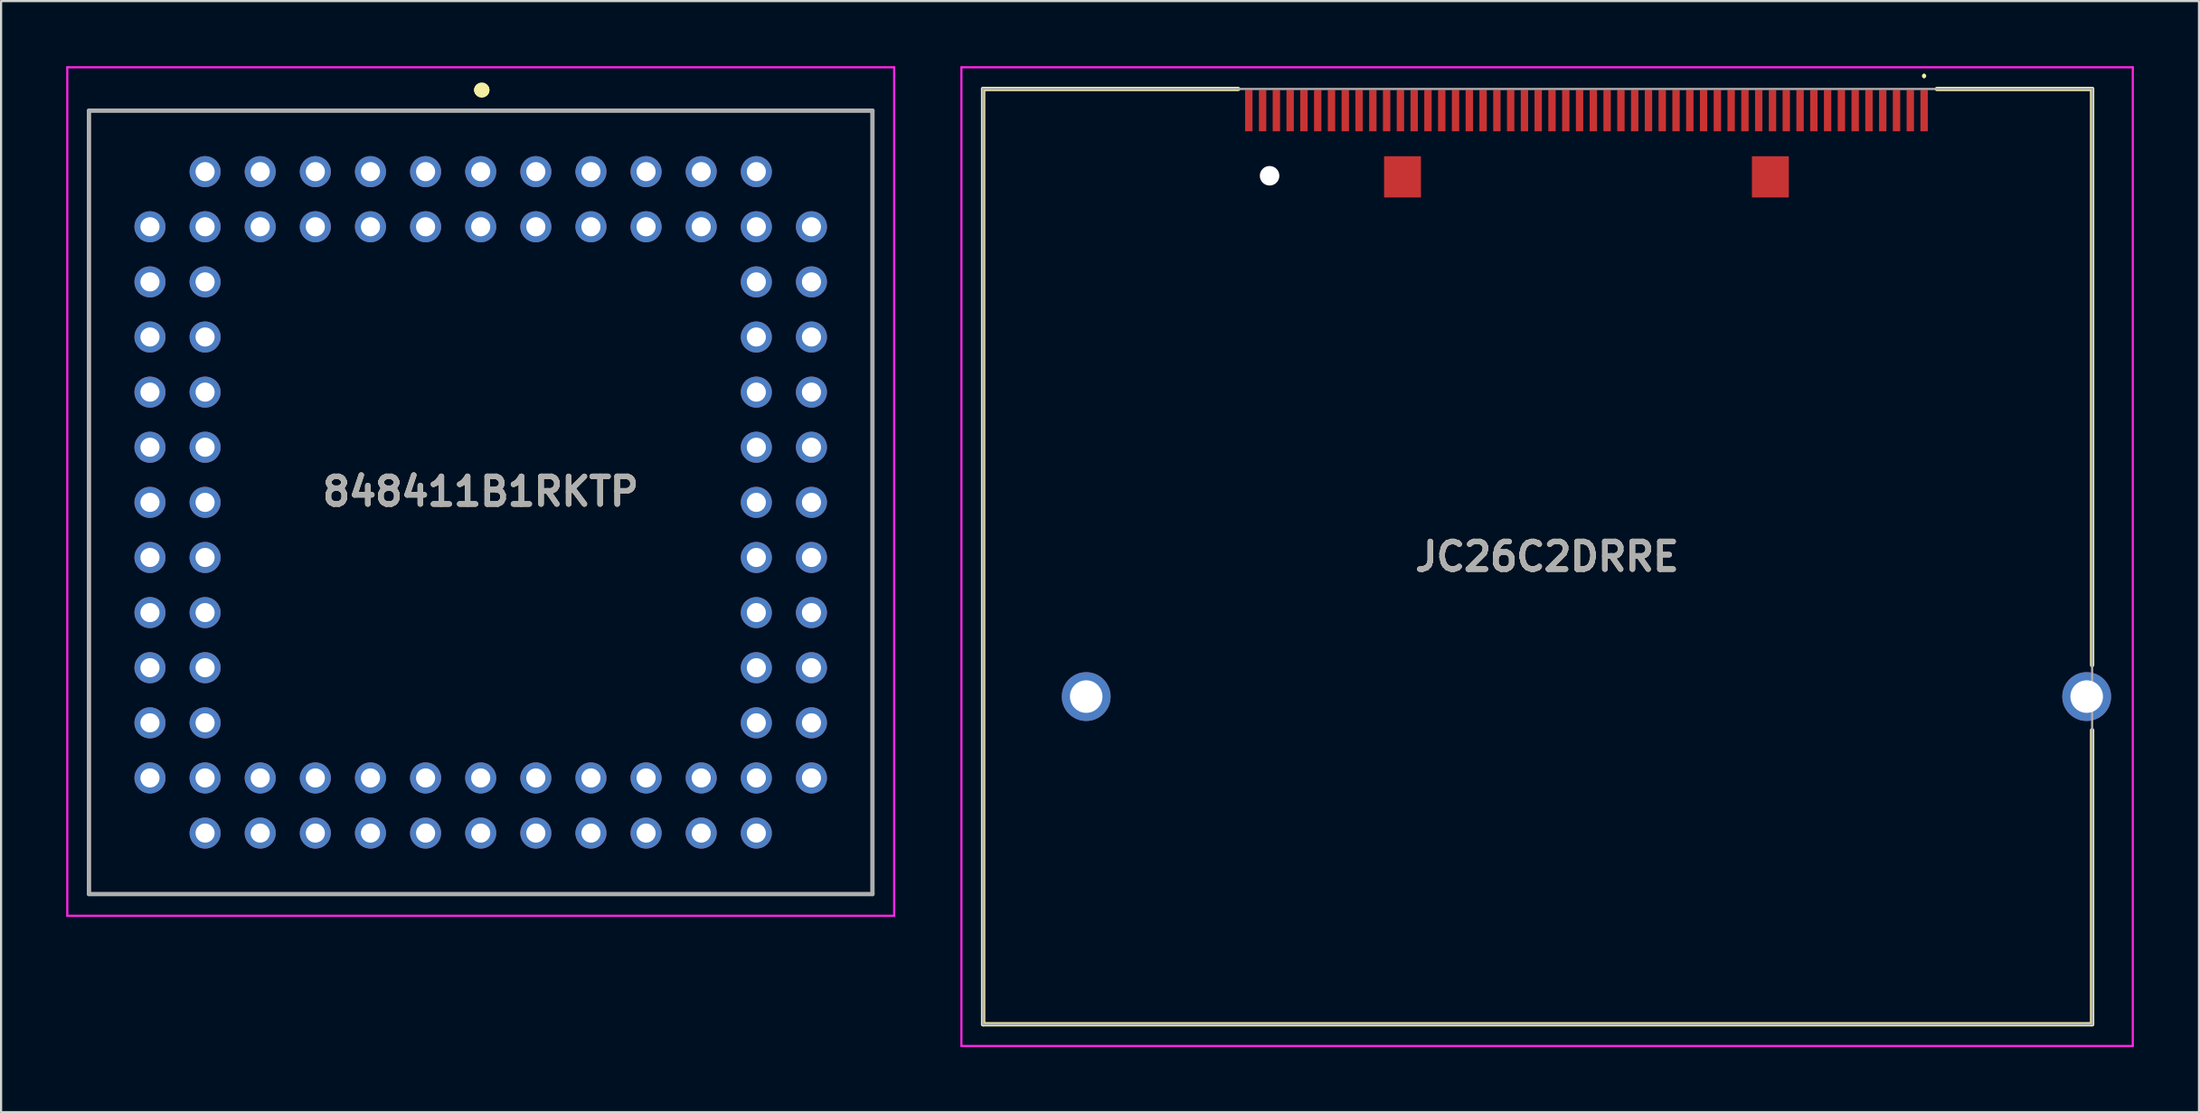
<source format=kicad_pcb>
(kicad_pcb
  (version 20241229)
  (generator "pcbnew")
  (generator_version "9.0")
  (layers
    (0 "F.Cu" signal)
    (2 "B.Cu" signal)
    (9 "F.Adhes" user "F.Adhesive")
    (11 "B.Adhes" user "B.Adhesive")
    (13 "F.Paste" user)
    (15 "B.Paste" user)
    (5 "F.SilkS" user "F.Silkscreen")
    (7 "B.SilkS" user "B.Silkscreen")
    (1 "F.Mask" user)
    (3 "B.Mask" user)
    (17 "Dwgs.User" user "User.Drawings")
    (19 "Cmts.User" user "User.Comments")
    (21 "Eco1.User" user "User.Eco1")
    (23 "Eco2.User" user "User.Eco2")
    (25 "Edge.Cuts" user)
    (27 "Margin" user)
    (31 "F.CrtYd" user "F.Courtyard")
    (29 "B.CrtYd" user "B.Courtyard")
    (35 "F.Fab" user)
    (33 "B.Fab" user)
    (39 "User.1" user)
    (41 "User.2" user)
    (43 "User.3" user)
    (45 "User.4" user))
  (footprint "848411B1RKTP"
    (layer "F.Cu")
    (at 19.1 4.86)
    (property "Reference" "848411B1RKTP" (at 0 14.74 0) (layer "F.SilkS") (effects (font (size 1.27 1.27) (thickness 0.254))))
    (attr through_hole)
    (fp_line (start -18.05 -2.81) (end 18.05 -2.81) (stroke (width 0.1) (type solid)) (layer "F.SilkS"))
    (fp_line (start -18.05 33.29) (end -18.05 -2.81) (stroke (width 0.1) (type solid)) (layer "F.SilkS"))
    (fp_line (start 0 -3.76) (end 0 -3.76) (stroke (width 0.6) (type solid)) (layer "F.SilkS"))
    (fp_line (start 0.1 -3.76) (end 0.1 -3.76) (stroke (width 0.6) (type solid)) (layer "F.SilkS"))
    (fp_line (start 18.05 -2.81) (end 18.05 33.29) (stroke (width 0.1) (type solid)) (layer "F.SilkS"))
    (fp_line (start 18.05 33.29) (end -18.05 33.29) (stroke (width 0.1) (type solid)) (layer "F.SilkS"))
    (fp_arc (start 0 -3.76) (mid 0.05 -3.81) (end 0.1 -3.76) (stroke (width 0.6) (type solid)) (layer "F.SilkS"))
    (fp_arc (start 0.1 -3.76) (mid 0.05 -3.71) (end 0 -3.76) (stroke (width 0.6) (type solid)) (layer "F.SilkS"))
    (fp_line (start -19.05 -4.81) (end 19.05 -4.81) (stroke (width 0.1) (type solid)) (layer "F.CrtYd"))
    (fp_line (start -19.05 34.29) (end -19.05 -4.81) (stroke (width 0.1) (type solid)) (layer "F.CrtYd"))
    (fp_line (start 19.05 -4.81) (end 19.05 34.29) (stroke (width 0.1) (type solid)) (layer "F.CrtYd"))
    (fp_line (start 19.05 34.29) (end -19.05 34.29) (stroke (width 0.1) (type solid)) (layer "F.CrtYd"))
    (fp_line (start -18.05 -2.81) (end 18.05 -2.81) (stroke (width 0.2) (type solid)) (layer "F.Fab"))
    (fp_line (start -18.05 33.29) (end -18.05 -2.81) (stroke (width 0.2) (type solid)) (layer "F.Fab"))
    (fp_line (start 18.05 -2.81) (end 18.05 33.29) (stroke (width 0.2) (type solid)) (layer "F.Fab"))
    (fp_line (start 18.05 33.29) (end -18.05 33.29) (stroke (width 0.2) (type solid)) (layer "F.Fab"))
    (fp_text user "${REFERENCE}" (at 0 14.74 0) (layer "F.Fab") (effects (font (size 1.27 1.27) (thickness 0.254))))
    (pad "1" thru_hole circle (at 0 0) (size 1.43 1.43) (drill 0.88) (layers "*.Cu" "*.Mask"))
    (pad "2" thru_hole circle (at 0 2.54) (size 1.43 1.43) (drill 0.88) (layers "*.Cu" "*.Mask"))
    (pad "3" thru_hole circle (at -2.54 0) (size 1.43 1.43) (drill 0.88) (layers "*.Cu" "*.Mask"))
    (pad "4" thru_hole circle (at -2.54 2.54) (size 1.43 1.43) (drill 0.88) (layers "*.Cu" "*.Mask"))
    (pad "5" thru_hole circle (at -5.08 0) (size 1.43 1.43) (drill 0.88) (layers "*.Cu" "*.Mask"))
    (pad "6" thru_hole circle (at -5.08 2.54) (size 1.43 1.43) (drill 0.88) (layers "*.Cu" "*.Mask"))
    (pad "7" thru_hole circle (at -7.62 0) (size 1.43 1.43) (drill 0.88) (layers "*.Cu" "*.Mask"))
    (pad "8" thru_hole circle (at -7.62 2.54) (size 1.43 1.43) (drill 0.88) (layers "*.Cu" "*.Mask"))
    (pad "9" thru_hole circle (at -10.16 0) (size 1.43 1.43) (drill 0.88) (layers "*.Cu" "*.Mask"))
    (pad "10" thru_hole circle (at -10.16 2.54) (size 1.43 1.43) (drill 0.88) (layers "*.Cu" "*.Mask"))
    (pad "11" thru_hole circle (at -12.7 0) (size 1.43 1.43) (drill 0.88) (layers "*.Cu" "*.Mask"))
    (pad "12" thru_hole circle (at -15.24 2.54) (size 1.43 1.43) (drill 0.88) (layers "*.Cu" "*.Mask"))
    (pad "13" thru_hole circle (at -12.7 2.54) (size 1.43 1.43) (drill 0.88) (layers "*.Cu" "*.Mask"))
    (pad "14" thru_hole circle (at -15.24 5.08) (size 1.43 1.43) (drill 0.88) (layers "*.Cu" "*.Mask"))
    (pad "15" thru_hole circle (at -12.7 5.08) (size 1.43 1.43) (drill 0.88) (layers "*.Cu" "*.Mask"))
    (pad "16" thru_hole circle (at -15.24 7.62) (size 1.43 1.43) (drill 0.88) (layers "*.Cu" "*.Mask"))
    (pad "17" thru_hole circle (at -12.7 7.62) (size 1.43 1.43) (drill 0.88) (layers "*.Cu" "*.Mask"))
    (pad "18" thru_hole circle (at -15.24 10.16) (size 1.43 1.43) (drill 0.88) (layers "*.Cu" "*.Mask"))
    (pad "19" thru_hole circle (at -12.7 10.16) (size 1.43 1.43) (drill 0.88) (layers "*.Cu" "*.Mask"))
    (pad "20" thru_hole circle (at -15.24 12.7) (size 1.43 1.43) (drill 0.88) (layers "*.Cu" "*.Mask"))
    (pad "21" thru_hole circle (at -12.7 12.7) (size 1.43 1.43) (drill 0.88) (layers "*.Cu" "*.Mask"))
    (pad "22" thru_hole circle (at -15.24 15.24) (size 1.43 1.43) (drill 0.88) (layers "*.Cu" "*.Mask"))
    (pad "23" thru_hole circle (at -12.7 15.24) (size 1.43 1.43) (drill 0.88) (layers "*.Cu" "*.Mask"))
    (pad "24" thru_hole circle (at -15.24 17.78) (size 1.43 1.43) (drill 0.88) (layers "*.Cu" "*.Mask"))
    (pad "25" thru_hole circle (at -12.7 17.78) (size 1.43 1.43) (drill 0.88) (layers "*.Cu" "*.Mask"))
    (pad "26" thru_hole circle (at -15.24 20.32) (size 1.43 1.43) (drill 0.88) (layers "*.Cu" "*.Mask"))
    (pad "27" thru_hole circle (at -12.7 20.32) (size 1.43 1.43) (drill 0.88) (layers "*.Cu" "*.Mask"))
    (pad "28" thru_hole circle (at -15.24 22.86) (size 1.43 1.43) (drill 0.88) (layers "*.Cu" "*.Mask"))
    (pad "29" thru_hole circle (at -12.7 22.86) (size 1.43 1.43) (drill 0.88) (layers "*.Cu" "*.Mask"))
    (pad "30" thru_hole circle (at -15.24 25.4) (size 1.43 1.43) (drill 0.88) (layers "*.Cu" "*.Mask"))
    (pad "31" thru_hole circle (at -12.7 25.4) (size 1.43 1.43) (drill 0.88) (layers "*.Cu" "*.Mask"))
    (pad "32" thru_hole circle (at -15.24 27.94) (size 1.43 1.43) (drill 0.88) (layers "*.Cu" "*.Mask"))
    (pad "33" thru_hole circle (at -12.7 30.48) (size 1.43 1.43) (drill 0.88) (layers "*.Cu" "*.Mask"))
    (pad "34" thru_hole circle (at -12.7 27.94) (size 1.43 1.43) (drill 0.88) (layers "*.Cu" "*.Mask"))
    (pad "35" thru_hole circle (at -10.16 30.48) (size 1.43 1.43) (drill 0.88) (layers "*.Cu" "*.Mask"))
    (pad "36" thru_hole circle (at -10.16 27.94) (size 1.43 1.43) (drill 0.88) (layers "*.Cu" "*.Mask"))
    (pad "37" thru_hole circle (at -7.62 30.48) (size 1.43 1.43) (drill 0.88) (layers "*.Cu" "*.Mask"))
    (pad "38" thru_hole circle (at -7.62 27.94) (size 1.43 1.43) (drill 0.88) (layers "*.Cu" "*.Mask"))
    (pad "39" thru_hole circle (at -5.08 30.48) (size 1.43 1.43) (drill 0.88) (layers "*.Cu" "*.Mask"))
    (pad "40" thru_hole circle (at -5.08 27.94) (size 1.43 1.43) (drill 0.88) (layers "*.Cu" "*.Mask"))
    (pad "41" thru_hole circle (at -2.54 30.48) (size 1.43 1.43) (drill 0.88) (layers "*.Cu" "*.Mask"))
    (pad "42" thru_hole circle (at -2.54 27.94) (size 1.43 1.43) (drill 0.88) (layers "*.Cu" "*.Mask"))
    (pad "43" thru_hole circle (at 0 30.48) (size 1.43 1.43) (drill 0.88) (layers "*.Cu" "*.Mask"))
    (pad "44" thru_hole circle (at 0 27.94) (size 1.43 1.43) (drill 0.88) (layers "*.Cu" "*.Mask"))
    (pad "45" thru_hole circle (at 2.54 30.48) (size 1.43 1.43) (drill 0.88) (layers "*.Cu" "*.Mask"))
    (pad "46" thru_hole circle (at 2.54 27.94) (size 1.43 1.43) (drill 0.88) (layers "*.Cu" "*.Mask"))
    (pad "47" thru_hole circle (at 5.08 30.48) (size 1.43 1.43) (drill 0.88) (layers "*.Cu" "*.Mask"))
    (pad "48" thru_hole circle (at 5.08 27.94) (size 1.43 1.43) (drill 0.88) (layers "*.Cu" "*.Mask"))
    (pad "49" thru_hole circle (at 7.62 30.48) (size 1.43 1.43) (drill 0.88) (layers "*.Cu" "*.Mask"))
    (pad "50" thru_hole circle (at 7.62 27.94) (size 1.43 1.43) (drill 0.88) (layers "*.Cu" "*.Mask"))
    (pad "51" thru_hole circle (at 10.16 30.48) (size 1.43 1.43) (drill 0.88) (layers "*.Cu" "*.Mask"))
    (pad "52" thru_hole circle (at 10.16 27.94) (size 1.43 1.43) (drill 0.88) (layers "*.Cu" "*.Mask"))
    (pad "53" thru_hole circle (at 12.7 30.48) (size 1.43 1.43) (drill 0.88) (layers "*.Cu" "*.Mask"))
    (pad "54" thru_hole circle (at 15.24 27.94) (size 1.43 1.43) (drill 0.88) (layers "*.Cu" "*.Mask"))
    (pad "55" thru_hole circle (at 12.7 27.94) (size 1.43 1.43) (drill 0.88) (layers "*.Cu" "*.Mask"))
    (pad "56" thru_hole circle (at 15.24 25.4) (size 1.43 1.43) (drill 0.88) (layers "*.Cu" "*.Mask"))
    (pad "57" thru_hole circle (at 12.7 25.4) (size 1.43 1.43) (drill 0.88) (layers "*.Cu" "*.Mask"))
    (pad "58" thru_hole circle (at 15.24 22.86) (size 1.43 1.43) (drill 0.88) (layers "*.Cu" "*.Mask"))
    (pad "59" thru_hole circle (at 12.7 22.86) (size 1.43 1.43) (drill 0.88) (layers "*.Cu" "*.Mask"))
    (pad "60" thru_hole circle (at 15.24 20.32) (size 1.43 1.43) (drill 0.88) (layers "*.Cu" "*.Mask"))
    (pad "61" thru_hole circle (at 12.7 20.32) (size 1.43 1.43) (drill 0.88) (layers "*.Cu" "*.Mask"))
    (pad "62" thru_hole circle (at 15.24 17.78) (size 1.43 1.43) (drill 0.88) (layers "*.Cu" "*.Mask"))
    (pad "63" thru_hole circle (at 12.7 17.78) (size 1.43 1.43) (drill 0.88) (layers "*.Cu" "*.Mask"))
    (pad "64" thru_hole circle (at 15.24 15.24) (size 1.43 1.43) (drill 0.88) (layers "*.Cu" "*.Mask"))
    (pad "65" thru_hole circle (at 12.7 15.24) (size 1.43 1.43) (drill 0.88) (layers "*.Cu" "*.Mask"))
    (pad "66" thru_hole circle (at 15.24 12.7) (size 1.43 1.43) (drill 0.88) (layers "*.Cu" "*.Mask"))
    (pad "67" thru_hole circle (at 12.7 12.7) (size 1.43 1.43) (drill 0.88) (layers "*.Cu" "*.Mask"))
    (pad "68" thru_hole circle (at 15.24 10.16) (size 1.43 1.43) (drill 0.88) (layers "*.Cu" "*.Mask"))
    (pad "69" thru_hole circle (at 12.7 10.16) (size 1.43 1.43) (drill 0.88) (layers "*.Cu" "*.Mask"))
    (pad "70" thru_hole circle (at 15.24 7.62) (size 1.43 1.43) (drill 0.88) (layers "*.Cu" "*.Mask"))
    (pad "71" thru_hole circle (at 12.7 7.62) (size 1.43 1.43) (drill 0.88) (layers "*.Cu" "*.Mask"))
    (pad "72" thru_hole circle (at 15.24 5.08) (size 1.43 1.43) (drill 0.88) (layers "*.Cu" "*.Mask"))
    (pad "73" thru_hole circle (at 12.7 5.08) (size 1.43 1.43) (drill 0.88) (layers "*.Cu" "*.Mask"))
    (pad "74" thru_hole circle (at 15.24 2.54) (size 1.43 1.43) (drill 0.88) (layers "*.Cu" "*.Mask"))
    (pad "75" thru_hole circle (at 12.7 0) (size 1.43 1.43) (drill 0.88) (layers "*.Cu" "*.Mask"))
    (pad "76" thru_hole circle (at 12.7 2.54) (size 1.43 1.43) (drill 0.88) (layers "*.Cu" "*.Mask"))
    (pad "77" thru_hole circle (at 10.16 0) (size 1.43 1.43) (drill 0.88) (layers "*.Cu" "*.Mask"))
    (pad "78" thru_hole circle (at 10.16 2.54) (size 1.43 1.43) (drill 0.88) (layers "*.Cu" "*.Mask"))
    (pad "79" thru_hole circle (at 7.62 0) (size 1.43 1.43) (drill 0.88) (layers "*.Cu" "*.Mask"))
    (pad "80" thru_hole circle (at 7.62 2.54) (size 1.43 1.43) (drill 0.88) (layers "*.Cu" "*.Mask"))
    (pad "81" thru_hole circle (at 5.08 0) (size 1.43 1.43) (drill 0.88) (layers "*.Cu" "*.Mask"))
    (pad "82" thru_hole circle (at 5.08 2.54) (size 1.43 1.43) (drill 0.88) (layers "*.Cu" "*.Mask"))
    (pad "83" thru_hole circle (at 2.54 0) (size 1.43 1.43) (drill 0.88) (layers "*.Cu" "*.Mask"))
    (pad "84" thru_hole circle (at 2.54 2.54) (size 1.43 1.43) (drill 0.88) (layers "*.Cu" "*.Mask")))
  (footprint "JC26C2DRRE"
    (layer "F.Cu")
    (at 67.8 22.6)
    (property "Reference" "JC26C2DRRE" (at 0.438 0 0) (layer "F.SilkS") (effects (font (size 1.27 1.27) (thickness 0.254))))
    (attr through_hole)
    (fp_line (start -25.55 -21.55) (end -25.55 21.55) (stroke (width 0.2) (type solid)) (layer "F.SilkS"))
    (fp_line (start -25.55 21.55) (end 25.55 21.55) (stroke (width 0.2) (type solid)) (layer "F.SilkS"))
    (fp_line (start -13.8 -21.55) (end -25.55 -21.55) (stroke (width 0.2) (type solid)) (layer "F.SilkS"))
    (fp_line (start 17.808 -22.2) (end 17.808 -22.2) (stroke (width 0.1) (type solid)) (layer "F.SilkS"))
    (fp_line (start 17.808 -22.1) (end 17.808 -22.1) (stroke (width 0.1) (type solid)) (layer "F.SilkS"))
    (fp_line (start 25.55 -21.55) (end 18.4 -21.55) (stroke (width 0.2) (type solid)) (layer "F.SilkS"))
    (fp_line (start 25.55 5) (end 25.55 -21.55) (stroke (width 0.2) (type solid)) (layer "F.SilkS"))
    (fp_line (start 25.55 21.55) (end 25.55 8) (stroke (width 0.2) (type solid)) (layer "F.SilkS"))
    (fp_arc (start 17.808 -22.2) (mid 17.858 -22.15) (end 17.808 -22.1) (stroke (width 0.1) (type solid)) (layer "F.SilkS"))
    (fp_arc (start 17.808 -22.1) (mid 17.758 -22.15) (end 17.808 -22.2) (stroke (width 0.1) (type solid)) (layer "F.SilkS"))
    (fp_line (start -26.55 -22.55) (end 27.425 -22.55) (stroke (width 0.1) (type solid)) (layer "F.CrtYd"))
    (fp_line (start -26.55 22.55) (end -26.55 -22.55) (stroke (width 0.1) (type solid)) (layer "F.CrtYd"))
    (fp_line (start 27.425 -22.55) (end 27.425 22.55) (stroke (width 0.1) (type solid)) (layer "F.CrtYd"))
    (fp_line (start 27.425 22.55) (end -26.55 22.55) (stroke (width 0.1) (type solid)) (layer "F.CrtYd"))
    (fp_line (start -25.55 -21.55) (end -25.55 21.55) (stroke (width 0.1) (type solid)) (layer "F.Fab"))
    (fp_line (start -25.55 21.55) (end 25.55 21.55) (stroke (width 0.1) (type solid)) (layer "F.Fab"))
    (fp_line (start 25.55 -21.55) (end -25.55 -21.55) (stroke (width 0.1) (type solid)) (layer "F.Fab"))
    (fp_line (start 25.55 21.55) (end 25.55 -21.55) (stroke (width 0.1) (type solid)) (layer "F.Fab"))
    (fp_text user "${REFERENCE}" (at 0.438 0 0) (layer "F.Fab") (effects (font (size 1.27 1.27) (thickness 0.254))))
    (pad "" np_thru_hole circle (at -12.35 -17.55) (size 0.9 0.9) (drill 0.9) (layers "*.Cu" "*.Mask"))
    (pad "1" smd rect (at 17.808 -20.55) (size 0.34 1.9) (layers "F.Cu" "F.Mask" "F.Paste"))
    (pad "2" smd rect (at 16.538 -20.55) (size 0.34 1.9) (layers "F.Cu" "F.Mask" "F.Paste"))
    (pad "3" smd rect (at 15.268 -20.55) (size 0.34 1.9) (layers "F.Cu" "F.Mask" "F.Paste"))
    (pad "4" smd rect (at 13.998 -20.55) (size 0.34 1.9) (layers "F.Cu" "F.Mask" "F.Paste"))
    (pad "5" smd rect (at 12.728 -20.55) (size 0.34 1.9) (layers "F.Cu" "F.Mask" "F.Paste"))
    (pad "6" smd rect (at 11.458 -20.55) (size 0.34 1.9) (layers "F.Cu" "F.Mask" "F.Paste"))
    (pad "7" smd rect (at 10.188 -20.55) (size 0.34 1.9) (layers "F.Cu" "F.Mask" "F.Paste"))
    (pad "8" smd rect (at 8.918 -20.55) (size 0.34 1.9) (layers "F.Cu" "F.Mask" "F.Paste"))
    (pad "9" smd rect (at 7.648 -20.55) (size 0.34 1.9) (layers "F.Cu" "F.Mask" "F.Paste"))
    (pad "10" smd rect (at 6.378 -20.55) (size 0.34 1.9) (layers "F.Cu" "F.Mask" "F.Paste"))
    (pad "11" smd rect (at 5.108 -20.55) (size 0.34 1.9) (layers "F.Cu" "F.Mask" "F.Paste"))
    (pad "12" smd rect (at 3.838 -20.55) (size 0.34 1.9) (layers "F.Cu" "F.Mask" "F.Paste"))
    (pad "13" smd rect (at 2.568 -20.55) (size 0.34 1.9) (layers "F.Cu" "F.Mask" "F.Paste"))
    (pad "14" smd rect (at 1.298 -20.55) (size 0.34 1.9) (layers "F.Cu" "F.Mask" "F.Paste"))
    (pad "15" smd rect (at 0.028 -20.55) (size 0.34 1.9) (layers "F.Cu" "F.Mask" "F.Paste"))
    (pad "16" smd rect (at -1.242 -20.55) (size 0.34 1.9) (layers "F.Cu" "F.Mask" "F.Paste"))
    (pad "17" smd rect (at -2.512 -20.55) (size 0.34 1.9) (layers "F.Cu" "F.Mask" "F.Paste"))
    (pad "18" smd rect (at -3.782 -20.55) (size 0.34 1.9) (layers "F.Cu" "F.Mask" "F.Paste"))
    (pad "19" smd rect (at -5.052 -20.55) (size 0.34 1.9) (layers "F.Cu" "F.Mask" "F.Paste"))
    (pad "20" smd rect (at -6.322 -20.55) (size 0.34 1.9) (layers "F.Cu" "F.Mask" "F.Paste"))
    (pad "21" smd rect (at -7.592 -20.55) (size 0.34 1.9) (layers "F.Cu" "F.Mask" "F.Paste"))
    (pad "22" smd rect (at -8.862 -20.55) (size 0.34 1.9) (layers "F.Cu" "F.Mask" "F.Paste"))
    (pad "23" smd rect (at -10.132 -20.55) (size 0.34 1.9) (layers "F.Cu" "F.Mask" "F.Paste"))
    (pad "24" smd rect (at -11.402 -20.55) (size 0.34 1.9) (layers "F.Cu" "F.Mask" "F.Paste"))
    (pad "25" smd rect (at -12.672 -20.55) (size 0.34 1.9) (layers "F.Cu" "F.Mask" "F.Paste"))
    (pad "26" smd rect (at 17.173 -20.55) (size 0.34 1.9) (layers "F.Cu" "F.Mask" "F.Paste"))
    (pad "27" smd rect (at 15.903 -20.55) (size 0.34 1.9) (layers "F.Cu" "F.Mask" "F.Paste"))
    (pad "28" smd rect (at 14.633 -20.55) (size 0.34 1.9) (layers "F.Cu" "F.Mask" "F.Paste"))
    (pad "29" smd rect (at 13.363 -20.55) (size 0.34 1.9) (layers "F.Cu" "F.Mask" "F.Paste"))
    (pad "30" smd rect (at 12.093 -20.55) (size 0.34 1.9) (layers "F.Cu" "F.Mask" "F.Paste"))
    (pad "31" smd rect (at 10.823 -20.55) (size 0.34 1.9) (layers "F.Cu" "F.Mask" "F.Paste"))
    (pad "32" smd rect (at 9.553 -20.55) (size 0.34 1.9) (layers "F.Cu" "F.Mask" "F.Paste"))
    (pad "33" smd rect (at 8.283 -20.55) (size 0.34 1.9) (layers "F.Cu" "F.Mask" "F.Paste"))
    (pad "34" smd rect (at 7.013 -20.55) (size 0.34 1.9) (layers "F.Cu" "F.Mask" "F.Paste"))
    (pad "35" smd rect (at 5.743 -20.55) (size 0.34 1.9) (layers "F.Cu" "F.Mask" "F.Paste"))
    (pad "36" smd rect (at 4.473 -20.55) (size 0.34 1.9) (layers "F.Cu" "F.Mask" "F.Paste"))
    (pad "37" smd rect (at 3.203 -20.55) (size 0.34 1.9) (layers "F.Cu" "F.Mask" "F.Paste"))
    (pad "38" smd rect (at 1.933 -20.55) (size 0.34 1.9) (layers "F.Cu" "F.Mask" "F.Paste"))
    (pad "39" smd rect (at 0.663 -20.55) (size 0.34 1.9) (layers "F.Cu" "F.Mask" "F.Paste"))
    (pad "40" smd rect (at -0.607 -20.55) (size 0.34 1.9) (layers "F.Cu" "F.Mask" "F.Paste"))
    (pad "41" smd rect (at -1.877 -20.55) (size 0.34 1.9) (layers "F.Cu" "F.Mask" "F.Paste"))
    (pad "42" smd rect (at -3.147 -20.55) (size 0.34 1.9) (layers "F.Cu" "F.Mask" "F.Paste"))
    (pad "43" smd rect (at -4.417 -20.55) (size 0.34 1.9) (layers "F.Cu" "F.Mask" "F.Paste"))
    (pad "44" smd rect (at -5.687 -20.55) (size 0.34 1.9) (layers "F.Cu" "F.Mask" "F.Paste"))
    (pad "45" smd rect (at -6.957 -20.55) (size 0.34 1.9) (layers "F.Cu" "F.Mask" "F.Paste"))
    (pad "46" smd rect (at -8.227 -20.55) (size 0.34 1.9) (layers "F.Cu" "F.Mask" "F.Paste"))
    (pad "47" smd rect (at -9.497 -20.55) (size 0.34 1.9) (layers "F.Cu" "F.Mask" "F.Paste"))
    (pad "48" smd rect (at -10.767 -20.55) (size 0.34 1.9) (layers "F.Cu" "F.Mask" "F.Paste"))
    (pad "49" smd rect (at -12.037 -20.55) (size 0.34 1.9) (layers "F.Cu" "F.Mask" "F.Paste"))
    (pad "50" smd rect (at -13.307 -20.55) (size 0.34 1.9) (layers "F.Cu" "F.Mask" "F.Paste"))
    (pad "MH1" thru_hole circle (at 25.3 6.45) (size 2.25 2.25) (drill 1.5) (layers "*.Cu" "*.Mask"))
    (pad "MH2" thru_hole circle (at -20.8 6.45) (size 2.25 2.25) (drill 1.5) (layers "*.Cu" "*.Mask"))
    (pad "MP1" smd rect (at 10.725 -17.5) (size 1.7 1.9) (layers "F.Cu" "F.Mask" "F.Paste"))
    (pad "MP2" smd rect (at -6.225 -17.5) (size 1.7 1.9) (layers "F.Cu" "F.Mask" "F.Paste")))
  (gr_rect
    (start -3 -3)
    (end 98.275 48.2)
    (stroke (width 0.1) (type default))
    (fill no)
    (layer "Edge.Cuts")))
</source>
